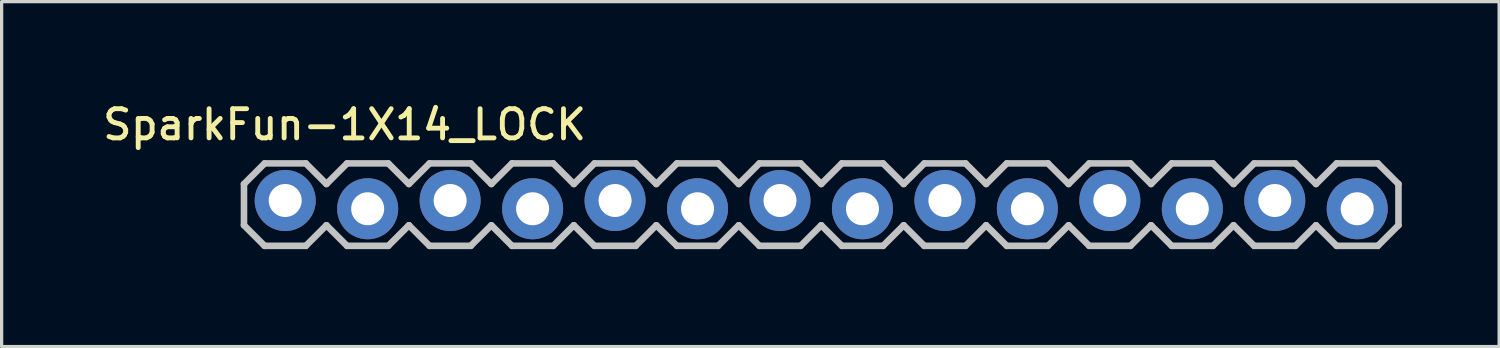
<source format=kicad_pcb>
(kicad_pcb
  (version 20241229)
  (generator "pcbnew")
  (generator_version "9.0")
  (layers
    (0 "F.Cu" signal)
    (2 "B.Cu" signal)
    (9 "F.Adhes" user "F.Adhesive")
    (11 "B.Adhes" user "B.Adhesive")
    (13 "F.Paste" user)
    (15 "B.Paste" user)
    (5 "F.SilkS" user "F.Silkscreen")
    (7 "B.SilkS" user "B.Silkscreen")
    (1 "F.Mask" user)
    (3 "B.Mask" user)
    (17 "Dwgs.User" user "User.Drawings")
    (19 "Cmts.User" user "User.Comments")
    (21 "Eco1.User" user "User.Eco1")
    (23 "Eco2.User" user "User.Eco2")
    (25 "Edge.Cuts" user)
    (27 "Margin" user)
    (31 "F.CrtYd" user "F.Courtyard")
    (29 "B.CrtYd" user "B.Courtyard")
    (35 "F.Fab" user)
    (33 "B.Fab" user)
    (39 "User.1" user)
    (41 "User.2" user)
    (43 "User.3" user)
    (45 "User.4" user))
  (footprint "SparkFun-1X14_LOCK"
    (layer "F.Cu")
    (at 5.735 3.253)
    (property "Reference" "SparkFun-1X14_LOCK" (at 1.829 -2.464 0) (layer "F.SilkS") (effects (font (size 0.899 0.899) (thickness 0.15))))
    (attr exclude_from_pos_files exclude_from_bom)
    (fp_line (start -1.27 -0.635) (end -1.27 0.635) (stroke (width 0.203) (type solid)) (layer "Dwgs.User"))
    (fp_line (start -1.27 0.635) (end -0.635 1.27) (stroke (width 0.203) (type solid)) (layer "Dwgs.User"))
    (fp_line (start -0.635 -1.27) (end -1.27 -0.635) (stroke (width 0.203) (type solid)) (layer "Dwgs.User"))
    (fp_line (start -0.635 -1.27) (end 0.635 -1.27) (stroke (width 0.203) (type solid)) (layer "Dwgs.User"))
    (fp_line (start -0.254 -0.254) (end 0.254 -0.254) (stroke (width 0.066) (type solid)) (layer "Dwgs.User"))
    (fp_line (start -0.254 0.254) (end -0.254 -0.254) (stroke (width 0.066) (type solid)) (layer "Dwgs.User"))
    (fp_line (start -0.254 0.254) (end 0.254 0.254) (stroke (width 0.066) (type solid)) (layer "Dwgs.User"))
    (fp_line (start 0.254 0.254) (end 0.254 -0.254) (stroke (width 0.066) (type solid)) (layer "Dwgs.User"))
    (fp_line (start 0.635 -1.27) (end 1.27 -0.635) (stroke (width 0.203) (type solid)) (layer "Dwgs.User"))
    (fp_line (start 0.635 1.27) (end -0.635 1.27) (stroke (width 0.203) (type solid)) (layer "Dwgs.User"))
    (fp_line (start 1.27 -0.635) (end 1.905 -1.27) (stroke (width 0.203) (type solid)) (layer "Dwgs.User"))
    (fp_line (start 1.27 0.635) (end 0.635 1.27) (stroke (width 0.203) (type solid)) (layer "Dwgs.User"))
    (fp_line (start 1.905 -1.27) (end 3.175 -1.27) (stroke (width 0.203) (type solid)) (layer "Dwgs.User"))
    (fp_line (start 1.905 1.27) (end 1.27 0.635) (stroke (width 0.203) (type solid)) (layer "Dwgs.User"))
    (fp_line (start 2.286 -0.254) (end 2.794 -0.254) (stroke (width 0.066) (type solid)) (layer "Dwgs.User"))
    (fp_line (start 2.286 0.254) (end 2.286 -0.254) (stroke (width 0.066) (type solid)) (layer "Dwgs.User"))
    (fp_line (start 2.286 0.254) (end 2.794 0.254) (stroke (width 0.066) (type solid)) (layer "Dwgs.User"))
    (fp_line (start 2.794 0.254) (end 2.794 -0.254) (stroke (width 0.066) (type solid)) (layer "Dwgs.User"))
    (fp_line (start 3.175 -1.27) (end 3.81 -0.635) (stroke (width 0.203) (type solid)) (layer "Dwgs.User"))
    (fp_line (start 3.175 1.27) (end 1.905 1.27) (stroke (width 0.203) (type solid)) (layer "Dwgs.User"))
    (fp_line (start 3.81 -0.635) (end 4.445 -1.27) (stroke (width 0.203) (type solid)) (layer "Dwgs.User"))
    (fp_line (start 3.81 0.635) (end 3.175 1.27) (stroke (width 0.203) (type solid)) (layer "Dwgs.User"))
    (fp_line (start 4.445 -1.27) (end 5.715 -1.27) (stroke (width 0.203) (type solid)) (layer "Dwgs.User"))
    (fp_line (start 4.445 1.27) (end 3.81 0.635) (stroke (width 0.203) (type solid)) (layer "Dwgs.User"))
    (fp_line (start 4.826 -0.254) (end 5.334 -0.254) (stroke (width 0.066) (type solid)) (layer "Dwgs.User"))
    (fp_line (start 4.826 0.254) (end 4.826 -0.254) (stroke (width 0.066) (type solid)) (layer "Dwgs.User"))
    (fp_line (start 4.826 0.254) (end 5.334 0.254) (stroke (width 0.066) (type solid)) (layer "Dwgs.User"))
    (fp_line (start 5.334 0.254) (end 5.334 -0.254) (stroke (width 0.066) (type solid)) (layer "Dwgs.User"))
    (fp_line (start 5.715 -1.27) (end 6.35 -0.635) (stroke (width 0.203) (type solid)) (layer "Dwgs.User"))
    (fp_line (start 5.715 1.27) (end 4.445 1.27) (stroke (width 0.203) (type solid)) (layer "Dwgs.User"))
    (fp_line (start 6.35 0.635) (end 5.715 1.27) (stroke (width 0.203) (type solid)) (layer "Dwgs.User"))
    (fp_line (start 6.35 0.635) (end 6.985 1.27) (stroke (width 0.203) (type solid)) (layer "Dwgs.User"))
    (fp_line (start 6.985 -1.27) (end 6.35 -0.635) (stroke (width 0.203) (type solid)) (layer "Dwgs.User"))
    (fp_line (start 6.985 -1.27) (end 8.255 -1.27) (stroke (width 0.203) (type solid)) (layer "Dwgs.User"))
    (fp_line (start 7.366 -0.254) (end 7.874 -0.254) (stroke (width 0.066) (type solid)) (layer "Dwgs.User"))
    (fp_line (start 7.366 0.254) (end 7.366 -0.254) (stroke (width 0.066) (type solid)) (layer "Dwgs.User"))
    (fp_line (start 7.366 0.254) (end 7.874 0.254) (stroke (width 0.066) (type solid)) (layer "Dwgs.User"))
    (fp_line (start 7.874 0.254) (end 7.874 -0.254) (stroke (width 0.066) (type solid)) (layer "Dwgs.User"))
    (fp_line (start 8.255 -1.27) (end 8.89 -0.635) (stroke (width 0.203) (type solid)) (layer "Dwgs.User"))
    (fp_line (start 8.255 1.27) (end 6.985 1.27) (stroke (width 0.203) (type solid)) (layer "Dwgs.User"))
    (fp_line (start 8.89 -0.635) (end 9.525 -1.27) (stroke (width 0.203) (type solid)) (layer "Dwgs.User"))
    (fp_line (start 8.89 0.635) (end 8.255 1.27) (stroke (width 0.203) (type solid)) (layer "Dwgs.User"))
    (fp_line (start 9.525 -1.27) (end 10.795 -1.27) (stroke (width 0.203) (type solid)) (layer "Dwgs.User"))
    (fp_line (start 9.525 1.27) (end 8.89 0.635) (stroke (width 0.203) (type solid)) (layer "Dwgs.User"))
    (fp_line (start 9.906 -0.254) (end 10.414 -0.254) (stroke (width 0.066) (type solid)) (layer "Dwgs.User"))
    (fp_line (start 9.906 0.254) (end 9.906 -0.254) (stroke (width 0.066) (type solid)) (layer "Dwgs.User"))
    (fp_line (start 9.906 0.254) (end 10.414 0.254) (stroke (width 0.066) (type solid)) (layer "Dwgs.User"))
    (fp_line (start 10.414 0.254) (end 10.414 -0.254) (stroke (width 0.066) (type solid)) (layer "Dwgs.User"))
    (fp_line (start 10.795 -1.27) (end 11.43 -0.635) (stroke (width 0.203) (type solid)) (layer "Dwgs.User"))
    (fp_line (start 10.795 1.27) (end 9.525 1.27) (stroke (width 0.203) (type solid)) (layer "Dwgs.User"))
    (fp_line (start 11.43 -0.635) (end 12.065 -1.27) (stroke (width 0.203) (type solid)) (layer "Dwgs.User"))
    (fp_line (start 11.43 0.635) (end 10.795 1.27) (stroke (width 0.203) (type solid)) (layer "Dwgs.User"))
    (fp_line (start 12.065 -1.27) (end 13.335 -1.27) (stroke (width 0.203) (type solid)) (layer "Dwgs.User"))
    (fp_line (start 12.065 1.27) (end 11.43 0.635) (stroke (width 0.203) (type solid)) (layer "Dwgs.User"))
    (fp_line (start 12.446 -0.254) (end 12.954 -0.254) (stroke (width 0.066) (type solid)) (layer "Dwgs.User"))
    (fp_line (start 12.446 0.254) (end 12.446 -0.254) (stroke (width 0.066) (type solid)) (layer "Dwgs.User"))
    (fp_line (start 12.446 0.254) (end 12.954 0.254) (stroke (width 0.066) (type solid)) (layer "Dwgs.User"))
    (fp_line (start 12.954 0.254) (end 12.954 -0.254) (stroke (width 0.066) (type solid)) (layer "Dwgs.User"))
    (fp_line (start 13.335 -1.27) (end 13.97 -0.635) (stroke (width 0.203) (type solid)) (layer "Dwgs.User"))
    (fp_line (start 13.335 1.27) (end 12.065 1.27) (stroke (width 0.203) (type solid)) (layer "Dwgs.User"))
    (fp_line (start 13.97 0.635) (end 13.335 1.27) (stroke (width 0.203) (type solid)) (layer "Dwgs.User"))
    (fp_line (start 13.97 0.635) (end 14.605 1.27) (stroke (width 0.203) (type solid)) (layer "Dwgs.User"))
    (fp_line (start 14.605 -1.27) (end 13.97 -0.635) (stroke (width 0.203) (type solid)) (layer "Dwgs.User"))
    (fp_line (start 14.605 -1.27) (end 15.875 -1.27) (stroke (width 0.203) (type solid)) (layer "Dwgs.User"))
    (fp_line (start 14.986 -0.254) (end 15.494 -0.254) (stroke (width 0.066) (type solid)) (layer "Dwgs.User"))
    (fp_line (start 14.986 0.254) (end 14.986 -0.254) (stroke (width 0.066) (type solid)) (layer "Dwgs.User"))
    (fp_line (start 14.986 0.254) (end 15.494 0.254) (stroke (width 0.066) (type solid)) (layer "Dwgs.User"))
    (fp_line (start 15.494 0.254) (end 15.494 -0.254) (stroke (width 0.066) (type solid)) (layer "Dwgs.User"))
    (fp_line (start 15.875 -1.27) (end 16.51 -0.635) (stroke (width 0.203) (type solid)) (layer "Dwgs.User"))
    (fp_line (start 15.875 1.27) (end 14.605 1.27) (stroke (width 0.203) (type solid)) (layer "Dwgs.User"))
    (fp_line (start 16.51 0.635) (end 15.875 1.27) (stroke (width 0.203) (type solid)) (layer "Dwgs.User"))
    (fp_line (start 16.51 0.635) (end 17.145 1.27) (stroke (width 0.203) (type solid)) (layer "Dwgs.User"))
    (fp_line (start 17.145 -1.27) (end 16.51 -0.635) (stroke (width 0.203) (type solid)) (layer "Dwgs.User"))
    (fp_line (start 17.145 -1.27) (end 18.415 -1.27) (stroke (width 0.203) (type solid)) (layer "Dwgs.User"))
    (fp_line (start 17.523 -0.254) (end 18.034 -0.254) (stroke (width 0.066) (type solid)) (layer "Dwgs.User"))
    (fp_line (start 17.523 0.254) (end 17.523 -0.254) (stroke (width 0.066) (type solid)) (layer "Dwgs.User"))
    (fp_line (start 17.523 0.254) (end 18.034 0.254) (stroke (width 0.066) (type solid)) (layer "Dwgs.User"))
    (fp_line (start 18.034 0.254) (end 18.034 -0.254) (stroke (width 0.066) (type solid)) (layer "Dwgs.User"))
    (fp_line (start 18.415 -1.27) (end 19.05 -0.635) (stroke (width 0.203) (type solid)) (layer "Dwgs.User"))
    (fp_line (start 18.415 1.27) (end 17.145 1.27) (stroke (width 0.203) (type solid)) (layer "Dwgs.User"))
    (fp_line (start 19.05 -0.635) (end 19.685 -1.27) (stroke (width 0.203) (type solid)) (layer "Dwgs.User"))
    (fp_line (start 19.05 0.635) (end 18.415 1.27) (stroke (width 0.203) (type solid)) (layer "Dwgs.User"))
    (fp_line (start 19.685 -1.27) (end 20.955 -1.27) (stroke (width 0.203) (type solid)) (layer "Dwgs.User"))
    (fp_line (start 19.685 1.27) (end 19.05 0.635) (stroke (width 0.203) (type solid)) (layer "Dwgs.User"))
    (fp_line (start 20.066 -0.254) (end 20.574 -0.254) (stroke (width 0.066) (type solid)) (layer "Dwgs.User"))
    (fp_line (start 20.066 0.254) (end 20.066 -0.254) (stroke (width 0.066) (type solid)) (layer "Dwgs.User"))
    (fp_line (start 20.066 0.254) (end 20.574 0.254) (stroke (width 0.066) (type solid)) (layer "Dwgs.User"))
    (fp_line (start 20.574 0.254) (end 20.574 -0.254) (stroke (width 0.066) (type solid)) (layer "Dwgs.User"))
    (fp_line (start 20.955 -1.27) (end 21.59 -0.635) (stroke (width 0.203) (type solid)) (layer "Dwgs.User"))
    (fp_line (start 20.955 1.27) (end 19.685 1.27) (stroke (width 0.203) (type solid)) (layer "Dwgs.User"))
    (fp_line (start 21.59 -0.635) (end 22.225 -1.27) (stroke (width 0.203) (type solid)) (layer "Dwgs.User"))
    (fp_line (start 21.59 0.635) (end 20.955 1.27) (stroke (width 0.203) (type solid)) (layer "Dwgs.User"))
    (fp_line (start 22.225 -1.27) (end 23.495 -1.27) (stroke (width 0.203) (type solid)) (layer "Dwgs.User"))
    (fp_line (start 22.225 1.27) (end 21.59 0.635) (stroke (width 0.203) (type solid)) (layer "Dwgs.User"))
    (fp_line (start 22.606 -0.254) (end 23.114 -0.254) (stroke (width 0.066) (type solid)) (layer "Dwgs.User"))
    (fp_line (start 22.606 0.254) (end 22.606 -0.254) (stroke (width 0.066) (type solid)) (layer "Dwgs.User"))
    (fp_line (start 22.606 0.254) (end 23.114 0.254) (stroke (width 0.066) (type solid)) (layer "Dwgs.User"))
    (fp_line (start 23.114 0.254) (end 23.114 -0.254) (stroke (width 0.066) (type solid)) (layer "Dwgs.User"))
    (fp_line (start 23.495 -1.27) (end 24.13 -0.635) (stroke (width 0.203) (type solid)) (layer "Dwgs.User"))
    (fp_line (start 23.495 1.27) (end 22.225 1.27) (stroke (width 0.203) (type solid)) (layer "Dwgs.User"))
    (fp_line (start 24.13 0.635) (end 23.495 1.27) (stroke (width 0.203) (type solid)) (layer "Dwgs.User"))
    (fp_line (start 24.13 0.635) (end 24.765 1.27) (stroke (width 0.203) (type solid)) (layer "Dwgs.User"))
    (fp_line (start 24.765 -1.27) (end 24.13 -0.635) (stroke (width 0.203) (type solid)) (layer "Dwgs.User"))
    (fp_line (start 24.765 -1.27) (end 26.035 -1.27) (stroke (width 0.203) (type solid)) (layer "Dwgs.User"))
    (fp_line (start 25.146 -0.254) (end 25.654 -0.254) (stroke (width 0.066) (type solid)) (layer "Dwgs.User"))
    (fp_line (start 25.146 0.254) (end 25.146 -0.254) (stroke (width 0.066) (type solid)) (layer "Dwgs.User"))
    (fp_line (start 25.146 0.254) (end 25.654 0.254) (stroke (width 0.066) (type solid)) (layer "Dwgs.User"))
    (fp_line (start 25.654 0.254) (end 25.654 -0.254) (stroke (width 0.066) (type solid)) (layer "Dwgs.User"))
    (fp_line (start 26.035 -1.27) (end 26.67 -0.635) (stroke (width 0.203) (type solid)) (layer "Dwgs.User"))
    (fp_line (start 26.035 1.27) (end 24.765 1.27) (stroke (width 0.203) (type solid)) (layer "Dwgs.User"))
    (fp_line (start 26.67 -0.635) (end 27.305 -1.27) (stroke (width 0.203) (type solid)) (layer "Dwgs.User"))
    (fp_line (start 26.67 0.635) (end 26.035 1.27) (stroke (width 0.203) (type solid)) (layer "Dwgs.User"))
    (fp_line (start 27.305 -1.27) (end 28.575 -1.27) (stroke (width 0.203) (type solid)) (layer "Dwgs.User"))
    (fp_line (start 27.305 1.27) (end 26.67 0.635) (stroke (width 0.203) (type solid)) (layer "Dwgs.User"))
    (fp_line (start 27.686 -0.254) (end 28.194 -0.254) (stroke (width 0.066) (type solid)) (layer "Dwgs.User"))
    (fp_line (start 27.686 0.254) (end 27.686 -0.254) (stroke (width 0.066) (type solid)) (layer "Dwgs.User"))
    (fp_line (start 27.686 0.254) (end 28.194 0.254) (stroke (width 0.066) (type solid)) (layer "Dwgs.User"))
    (fp_line (start 28.194 0.254) (end 28.194 -0.254) (stroke (width 0.066) (type solid)) (layer "Dwgs.User"))
    (fp_line (start 28.575 -1.27) (end 29.21 -0.635) (stroke (width 0.203) (type solid)) (layer "Dwgs.User"))
    (fp_line (start 28.575 1.27) (end 27.305 1.27) (stroke (width 0.203) (type solid)) (layer "Dwgs.User"))
    (fp_line (start 29.21 -0.635) (end 29.845 -1.27) (stroke (width 0.203) (type solid)) (layer "Dwgs.User"))
    (fp_line (start 29.21 0.635) (end 28.575 1.27) (stroke (width 0.203) (type solid)) (layer "Dwgs.User"))
    (fp_line (start 29.845 -1.27) (end 31.115 -1.27) (stroke (width 0.203) (type solid)) (layer "Dwgs.User"))
    (fp_line (start 29.845 1.27) (end 29.21 0.635) (stroke (width 0.203) (type solid)) (layer "Dwgs.User"))
    (fp_line (start 30.226 -0.254) (end 30.734 -0.254) (stroke (width 0.066) (type solid)) (layer "Dwgs.User"))
    (fp_line (start 30.226 0.254) (end 30.226 -0.254) (stroke (width 0.066) (type solid)) (layer "Dwgs.User"))
    (fp_line (start 30.226 0.254) (end 30.734 0.254) (stroke (width 0.066) (type solid)) (layer "Dwgs.User"))
    (fp_line (start 30.734 0.254) (end 30.734 -0.254) (stroke (width 0.066) (type solid)) (layer "Dwgs.User"))
    (fp_line (start 31.115 -1.27) (end 31.75 -0.635) (stroke (width 0.203) (type solid)) (layer "Dwgs.User"))
    (fp_line (start 31.115 1.27) (end 29.845 1.27) (stroke (width 0.203) (type solid)) (layer "Dwgs.User"))
    (fp_line (start 31.75 0.635) (end 31.115 1.27) (stroke (width 0.203) (type solid)) (layer "Dwgs.User"))
    (fp_line (start 31.75 0.635) (end 32.385 1.27) (stroke (width 0.203) (type solid)) (layer "Dwgs.User"))
    (fp_line (start 32.385 -1.27) (end 31.75 -0.635) (stroke (width 0.203) (type solid)) (layer "Dwgs.User"))
    (fp_line (start 32.385 -1.27) (end 33.655 -1.27) (stroke (width 0.203) (type solid)) (layer "Dwgs.User"))
    (fp_line (start 32.766 -0.254) (end 33.274 -0.254) (stroke (width 0.066) (type solid)) (layer "Dwgs.User"))
    (fp_line (start 32.766 0.254) (end 32.766 -0.254) (stroke (width 0.066) (type solid)) (layer "Dwgs.User"))
    (fp_line (start 32.766 0.254) (end 33.274 0.254) (stroke (width 0.066) (type solid)) (layer "Dwgs.User"))
    (fp_line (start 33.274 0.254) (end 33.274 -0.254) (stroke (width 0.066) (type solid)) (layer "Dwgs.User"))
    (fp_line (start 33.655 -1.27) (end 34.29 -0.635) (stroke (width 0.203) (type solid)) (layer "Dwgs.User"))
    (fp_line (start 33.655 1.27) (end 32.385 1.27) (stroke (width 0.203) (type solid)) (layer "Dwgs.User"))
    (fp_line (start 34.29 -0.635) (end 34.29 0.635) (stroke (width 0.203) (type solid)) (layer "Dwgs.User"))
    (fp_line (start 34.29 0.635) (end 33.655 1.27) (stroke (width 0.203) (type solid)) (layer "Dwgs.User"))
    (pad "1" thru_hole circle (at 0 -0.127) (size 1.88 1.88) (drill 1.016) (layers "*.Cu" "*.Mask"))
    (pad "2" thru_hole circle (at 2.54 0.127) (size 1.88 1.88) (drill 1.016) (layers "*.Cu" "*.Mask"))
    (pad "3" thru_hole circle (at 5.08 -0.127) (size 1.88 1.88) (drill 1.016) (layers "*.Cu" "*.Mask"))
    (pad "4" thru_hole circle (at 7.62 0.127) (size 1.88 1.88) (drill 1.016) (layers "*.Cu" "*.Mask"))
    (pad "5" thru_hole circle (at 10.16 -0.127) (size 1.88 1.88) (drill 1.016) (layers "*.Cu" "*.Mask"))
    (pad "6" thru_hole circle (at 12.7 0.127) (size 1.88 1.88) (drill 1.016) (layers "*.Cu" "*.Mask"))
    (pad "7" thru_hole circle (at 15.24 -0.127) (size 1.88 1.88) (drill 1.016) (layers "*.Cu" "*.Mask"))
    (pad "8" thru_hole circle (at 17.78 0.127) (size 1.88 1.88) (drill 1.016) (layers "*.Cu" "*.Mask"))
    (pad "9" thru_hole circle (at 20.32 -0.127) (size 1.88 1.88) (drill 1.016) (layers "*.Cu" "*.Mask"))
    (pad "10" thru_hole circle (at 22.86 0.127) (size 1.88 1.88) (drill 1.016) (layers "*.Cu" "*.Mask"))
    (pad "11" thru_hole circle (at 25.4 -0.127) (size 1.88 1.88) (drill 1.016) (layers "*.Cu" "*.Mask"))
    (pad "12" thru_hole circle (at 27.94 0.127) (size 1.88 1.88) (drill 1.016) (layers "*.Cu" "*.Mask"))
    (pad "13" thru_hole circle (at 30.48 -0.127) (size 1.88 1.88) (drill 1.016) (layers "*.Cu" "*.Mask"))
    (pad "14" thru_hole circle (at 33.02 0.127) (size 1.88 1.88) (drill 1.016) (layers "*.Cu" "*.Mask")))
  (gr_rect
    (start -3 -3)
    (end 43.126 7.624)
    (stroke (width 0.1) (type default))
    (fill no)
    (layer "Edge.Cuts")))
</source>
